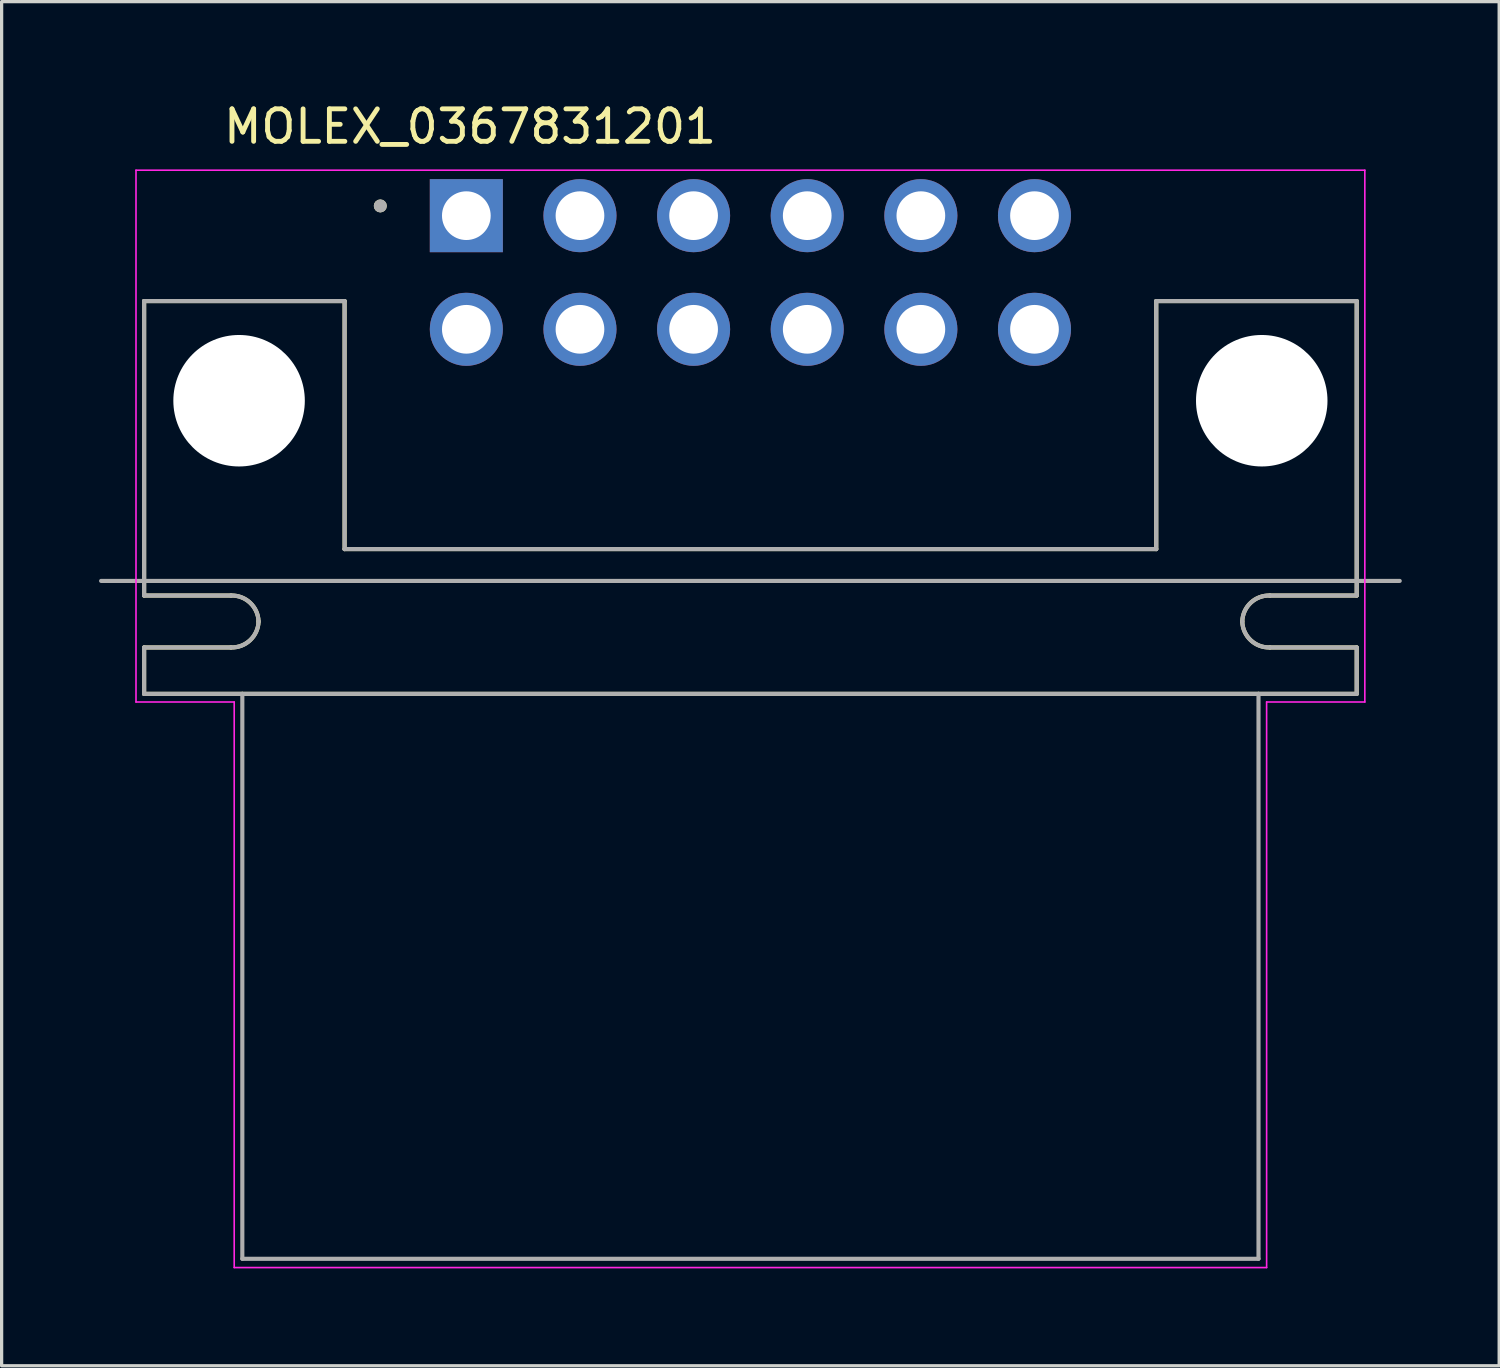
<source format=kicad_pcb>
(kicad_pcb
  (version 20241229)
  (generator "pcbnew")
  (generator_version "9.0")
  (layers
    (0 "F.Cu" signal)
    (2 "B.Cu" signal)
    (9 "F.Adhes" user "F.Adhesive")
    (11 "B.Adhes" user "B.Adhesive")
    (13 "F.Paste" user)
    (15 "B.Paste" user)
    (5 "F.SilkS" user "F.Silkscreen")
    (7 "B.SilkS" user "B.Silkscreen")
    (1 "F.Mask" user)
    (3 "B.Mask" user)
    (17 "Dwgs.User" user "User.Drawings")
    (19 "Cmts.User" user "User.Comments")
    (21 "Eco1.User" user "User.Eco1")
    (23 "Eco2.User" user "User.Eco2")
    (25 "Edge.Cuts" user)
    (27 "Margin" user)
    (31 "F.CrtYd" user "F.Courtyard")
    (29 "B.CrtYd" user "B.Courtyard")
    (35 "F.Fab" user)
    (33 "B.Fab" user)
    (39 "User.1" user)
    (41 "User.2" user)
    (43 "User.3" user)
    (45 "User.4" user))
  (footprint "MOLEX_0367831201"
    (layer "F.Cu")
    (at 20.064 9.293)
    (property "Reference" "MOLEX_0367831201" (at -8.635 -8.445 0) (layer "F.SilkS") (effects (font (size 1 1) (thickness 0.15))))
    (attr through_hole)
    (fp_line (start -18.675 -3.07) (end -12.5 -3.07) (stroke (width 0.127) (type solid)) (layer "F.SilkS"))
    (fp_line (start -18.675 6) (end -18.675 -3.07) (stroke (width 0.127) (type solid)) (layer "F.SilkS"))
    (fp_line (start -18.675 7.6) (end -16 7.6) (stroke (width 0.127) (type solid)) (layer "F.SilkS"))
    (fp_line (start -18.675 9.03) (end -18.675 7.6) (stroke (width 0.127) (type solid)) (layer "F.SilkS"))
    (fp_line (start -16 6) (end -18.675 6) (stroke (width 0.127) (type solid)) (layer "F.SilkS"))
    (fp_line (start -15.65 9.03) (end -18.675 9.03) (stroke (width 0.127) (type solid)) (layer "F.SilkS"))
    (fp_line (start -12.5 -3.07) (end -12.5 4.57) (stroke (width 0.127) (type solid)) (layer "F.SilkS"))
    (fp_line (start -12.5 4.57) (end 12.5 4.57) (stroke (width 0.127) (type solid)) (layer "F.SilkS"))
    (fp_line (start 12.5 -3.07) (end 18.675 -3.07) (stroke (width 0.127) (type solid)) (layer "F.SilkS"))
    (fp_line (start 12.5 4.57) (end 12.5 -3.07) (stroke (width 0.127) (type solid)) (layer "F.SilkS"))
    (fp_line (start 15.65 9.03) (end -15.65 9.03) (stroke (width 0.127) (type solid)) (layer "F.SilkS"))
    (fp_line (start 16 7.6) (end 18.675 7.6) (stroke (width 0.127) (type solid)) (layer "F.SilkS"))
    (fp_line (start 18.675 -3.07) (end 18.675 6) (stroke (width 0.127) (type solid)) (layer "F.SilkS"))
    (fp_line (start 18.675 6) (end 16 6) (stroke (width 0.127) (type solid)) (layer "F.SilkS"))
    (fp_line (start 18.675 7.6) (end 18.675 9.03) (stroke (width 0.127) (type solid)) (layer "F.SilkS"))
    (fp_line (start 18.675 9.03) (end 15.65 9.03) (stroke (width 0.127) (type solid)) (layer "F.SilkS"))
    (fp_arc (start -16 6) (mid -15.409315 6.223959) (end -15.15 6.8) (stroke (width 0.127) (type solid)) (layer "F.SilkS"))
    (fp_arc (start -15.15 6.8) (mid -15.409315 7.376041) (end -16 7.6) (stroke (width 0.127) (type solid)) (layer "F.SilkS"))
    (fp_arc (start 15.15 6.8) (mid 15.409315 6.223959) (end 16 6) (stroke (width 0.127) (type solid)) (layer "F.SilkS"))
    (fp_arc (start 16 7.6) (mid 15.409315 7.376041) (end 15.15 6.8) (stroke (width 0.127) (type solid)) (layer "F.SilkS"))
    (fp_circle (center -11.4 -6) (end -11.3 -6) (stroke (width 0.2) (type solid)) (fill no) (layer "F.SilkS"))
    (fp_line (start -18.925 -7.1) (end 18.925 -7.1) (stroke (width 0.05) (type solid)) (layer "F.CrtYd"))
    (fp_line (start -18.925 9.28) (end -18.925 -7.1) (stroke (width 0.05) (type solid)) (layer "F.CrtYd"))
    (fp_line (start -15.9 9.28) (end -18.925 9.28) (stroke (width 0.05) (type solid)) (layer "F.CrtYd"))
    (fp_line (start -15.9 26.7) (end -15.9 9.28) (stroke (width 0.05) (type solid)) (layer "F.CrtYd"))
    (fp_line (start 15.9 9.28) (end 15.9 26.7) (stroke (width 0.05) (type solid)) (layer "F.CrtYd"))
    (fp_line (start 15.9 26.7) (end -15.9 26.7) (stroke (width 0.05) (type solid)) (layer "F.CrtYd"))
    (fp_line (start 18.925 -7.1) (end 18.925 9.28) (stroke (width 0.05) (type solid)) (layer "F.CrtYd"))
    (fp_line (start 18.925 9.28) (end 15.9 9.28) (stroke (width 0.05) (type solid)) (layer "F.CrtYd"))
    (fp_line (start -18.675 -3.07) (end -12.5 -3.07) (stroke (width 0.127) (type solid)) (layer "F.Fab"))
    (fp_line (start -18.675 6) (end -18.675 -3.07) (stroke (width 0.127) (type solid)) (layer "F.Fab"))
    (fp_line (start -18.675 7.6) (end -16 7.6) (stroke (width 0.127) (type solid)) (layer "F.Fab"))
    (fp_line (start -18.675 9.03) (end -18.675 7.6) (stroke (width 0.127) (type solid)) (layer "F.Fab"))
    (fp_line (start -16 6) (end -18.675 6) (stroke (width 0.127) (type solid)) (layer "F.Fab"))
    (fp_line (start -15.65 9.03) (end -18.675 9.03) (stroke (width 0.127) (type solid)) (layer "F.Fab"))
    (fp_line (start -15.65 9.03) (end -15.65 26.43) (stroke (width 0.127) (type solid)) (layer "F.Fab"))
    (fp_line (start -15.65 26.43) (end 15.65 26.43) (stroke (width 0.127) (type solid)) (layer "F.Fab"))
    (fp_line (start -12.5 -3.07) (end -12.5 4.57) (stroke (width 0.127) (type solid)) (layer "F.Fab"))
    (fp_line (start -12.5 4.57) (end 12.5 4.57) (stroke (width 0.127) (type solid)) (layer "F.Fab"))
    (fp_line (start 12.5 -3.07) (end 18.675 -3.07) (stroke (width 0.127) (type solid)) (layer "F.Fab"))
    (fp_line (start 12.5 4.57) (end 12.5 -3.07) (stroke (width 0.127) (type solid)) (layer "F.Fab"))
    (fp_line (start 15.65 9.03) (end -15.65 9.03) (stroke (width 0.127) (type solid)) (layer "F.Fab"))
    (fp_line (start 15.65 26.43) (end 15.65 9.03) (stroke (width 0.127) (type solid)) (layer "F.Fab"))
    (fp_line (start 16 7.6) (end 18.675 7.6) (stroke (width 0.127) (type solid)) (layer "F.Fab"))
    (fp_line (start 18.675 -3.07) (end 18.675 6) (stroke (width 0.127) (type solid)) (layer "F.Fab"))
    (fp_line (start 18.675 6) (end 16 6) (stroke (width 0.127) (type solid)) (layer "F.Fab"))
    (fp_line (start 18.675 7.6) (end 18.675 9.03) (stroke (width 0.127) (type solid)) (layer "F.Fab"))
    (fp_line (start 18.675 9.03) (end 15.65 9.03) (stroke (width 0.127) (type solid)) (layer "F.Fab"))
    (fp_line (start 20 5.55) (end -20 5.55) (stroke (width 0.127) (type solid)) (layer "F.Fab"))
    (fp_arc (start -16 6) (mid -15.409315 6.223959) (end -15.15 6.8) (stroke (width 0.127) (type solid)) (layer "F.Fab"))
    (fp_arc (start -15.15 6.8) (mid -15.409315 7.376041) (end -16 7.6) (stroke (width 0.127) (type solid)) (layer "F.Fab"))
    (fp_arc (start 15.15 6.8) (mid 15.409315 6.223959) (end 16 6) (stroke (width 0.127) (type solid)) (layer "F.Fab"))
    (fp_arc (start 16 7.6) (mid 15.409315 7.376041) (end 15.15 6.8) (stroke (width 0.127) (type solid)) (layer "F.Fab"))
    (fp_circle (center -11.4 -6) (end -11.3 -6) (stroke (width 0.2) (type solid)) (fill no) (layer "F.Fab"))
    (pad "" np_thru_hole circle (at -15.75 0) (size 4.05 4.05) (drill 4.05) (layers "*.Cu" "*.Mask"))
    (pad "" np_thru_hole circle (at 15.75 0) (size 4.05 4.05) (drill 4.05) (layers "*.Cu" "*.Mask"))
    (pad "1" thru_hole rect (at -8.75 -5.7) (size 2.25 2.25) (drill 1.5) (layers "*.Cu" "*.Mask"))
    (pad "2" thru_hole circle (at -5.25 -5.7) (size 2.25 2.25) (drill 1.5) (layers "*.Cu" "*.Mask"))
    (pad "3" thru_hole circle (at -1.75 -5.7) (size 2.25 2.25) (drill 1.5) (layers "*.Cu" "*.Mask"))
    (pad "4" thru_hole circle (at 1.75 -5.7) (size 2.25 2.25) (drill 1.5) (layers "*.Cu" "*.Mask"))
    (pad "5" thru_hole circle (at 5.25 -5.7) (size 2.25 2.25) (drill 1.5) (layers "*.Cu" "*.Mask"))
    (pad "6" thru_hole circle (at 8.75 -5.7) (size 2.25 2.25) (drill 1.5) (layers "*.Cu" "*.Mask"))
    (pad "7" thru_hole circle (at -8.75 -2.2) (size 2.25 2.25) (drill 1.5) (layers "*.Cu" "*.Mask"))
    (pad "8" thru_hole circle (at -5.25 -2.2) (size 2.25 2.25) (drill 1.5) (layers "*.Cu" "*.Mask"))
    (pad "9" thru_hole circle (at -1.75 -2.2) (size 2.25 2.25) (drill 1.5) (layers "*.Cu" "*.Mask"))
    (pad "10" thru_hole circle (at 1.75 -2.2) (size 2.25 2.25) (drill 1.5) (layers "*.Cu" "*.Mask"))
    (pad "11" thru_hole circle (at 5.25 -2.2) (size 2.25 2.25) (drill 1.5) (layers "*.Cu" "*.Mask"))
    (pad "12" thru_hole circle (at 8.75 -2.2) (size 2.25 2.25) (drill 1.5) (layers "*.Cu" "*.Mask")))
  (gr_rect
    (start -3 -3)
    (end 43.127 39.018)
    (stroke (width 0.1) (type default))
    (fill no)
    (layer "Edge.Cuts")))
</source>
